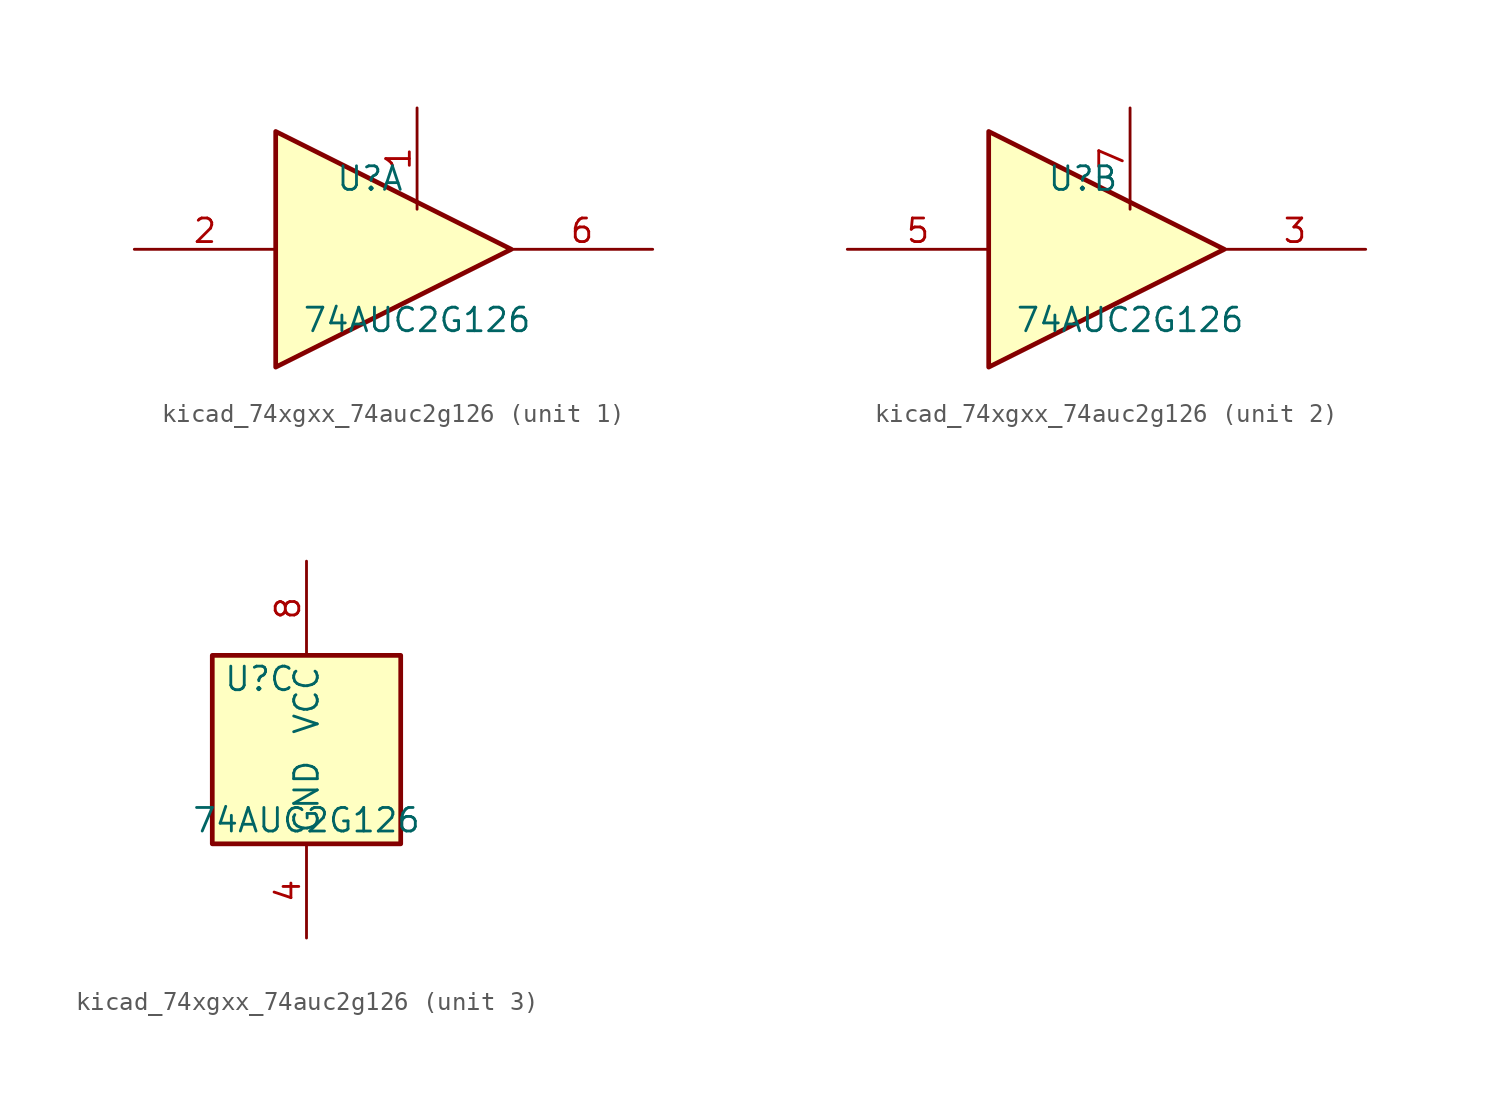
<source format=kicad_sym>
(kicad_symbol_lib
  (version 20220914)
  (generator kicad_symbol_editor)
  (symbol "kicad_74xgxx_74auc2g126"
    (property "Reference" "U"
      (at -2.54 3.81 0)
      (effects (font (size 1.27 1.27))))
    (property "Value" "74AUC2G126"
      (at 0 -3.81 0)
      (effects (font (size 1.27 1.27))))
    (symbol "kicad_74xgxx_74auc2g126_1_1"
      (polyline (pts (xy -7.62 6.35) (xy -7.62 -6.35) (xy 5.08 0) (xy -7.62 6.35)) (stroke (width 0.254) (type default)) (fill (type background)))
      (pin input line (at 0 7.62 270) (length 5.46) (name "~" (effects (font (size 1.27 1.27)))) (number "1" (effects (font (size 1.27 1.27)))))
      (pin input line (at -15.24 0 0) (length 7.62) (name "~" (effects (font (size 1.27 1.27)))) (number "2" (effects (font (size 1.27 1.27)))))
      (pin tri_state line (at 12.7 0 180) (length 7.62) (name "~" (effects (font (size 1.27 1.27)))) (number "6" (effects (font (size 1.27 1.27))))))
    (symbol "kicad_74xgxx_74auc2g126_2_1"
      (polyline (pts (xy -7.62 6.35) (xy -7.62 -6.35) (xy 5.08 0) (xy -7.62 6.35)) (stroke (width 0.254) (type default)) (fill (type background)))
      (pin tri_state line (at 12.7 0 180) (length 7.62) (name "~" (effects (font (size 1.27 1.27)))) (number "3" (effects (font (size 1.27 1.27)))))
      (pin input line (at -15.24 0 0) (length 7.62) (name "~" (effects (font (size 1.27 1.27)))) (number "5" (effects (font (size 1.27 1.27)))))
      (pin input line (at 0 7.62 270) (length 5.46) (name "~" (effects (font (size 1.27 1.27)))) (number "7" (effects (font (size 1.27 1.27))))))
    (symbol "kicad_74xgxx_74auc2g126_3_0"
      (rectangle (start -5.08 -5.08) (end 5.08 5.08) (stroke (width 0.254) (type default)) (fill (type background))))
    (symbol "kicad_74xgxx_74auc2g126_3_1"
      (pin power_in line (at 0 -10.16 90) (length 5.08) (name "GND" (effects (font (size 1.27 1.27)))) (number "4" (effects (font (size 1.27 1.27)))))
      (pin power_in line (at 0 10.16 270) (length 5.08) (name "VCC" (effects (font (size 1.27 1.27)))) (number "8" (effects (font (size 1.27 1.27))))))))
</source>
